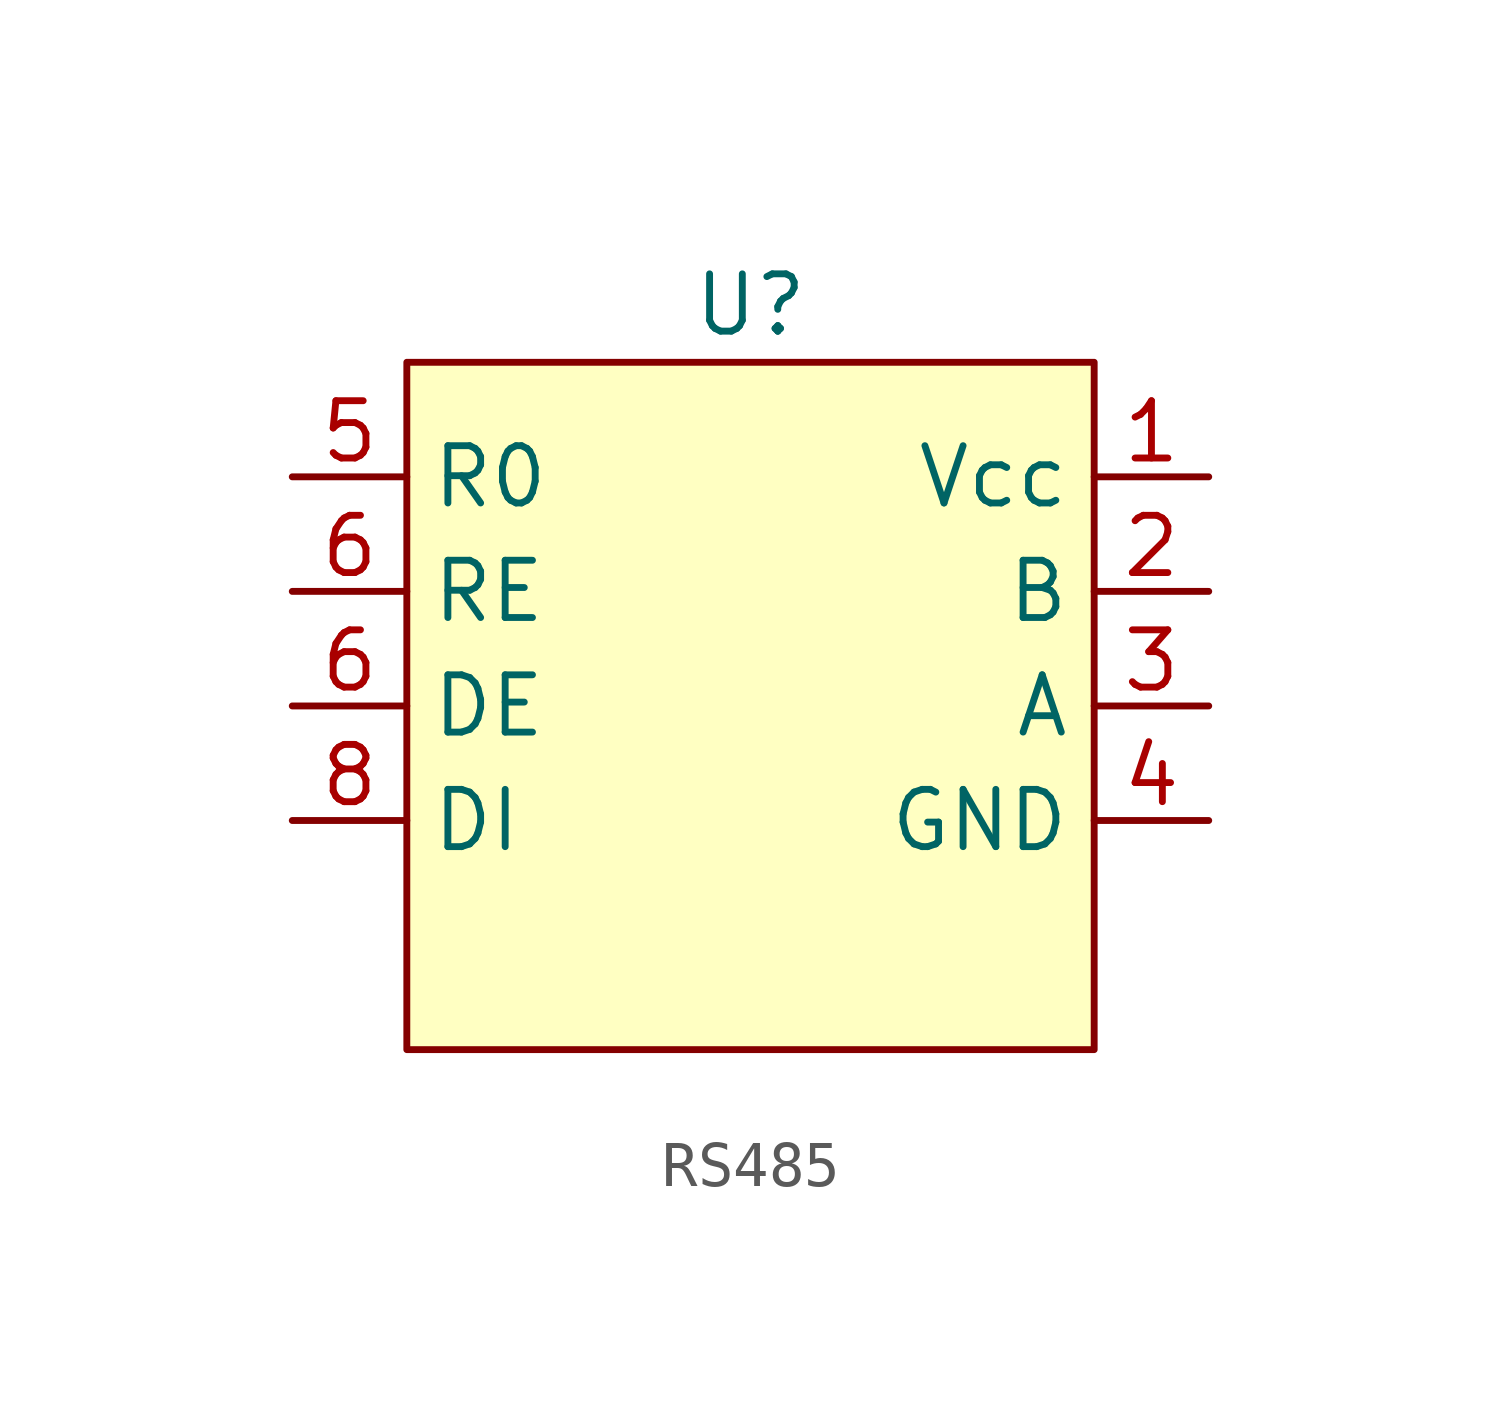
<source format=kicad_sym>
(kicad_symbol_lib
  (version 20231120)
  (generator "kicad_symbol_editor")
  (generator_version "8.0")
  (symbol "RS485"
    (property "Reference" "U"
      (at 0 0 0)
      (effects (font (size 1.27 1.27))))
    (property "Value" ""
      (at 0 0 0)
      (effects (font (size 1.27 1.27))))
    (symbol "RS485_1_1"
      (rectangle (start -7.62 -1.27) (end 7.62 -16.51) (stroke (width 0) (type default)) (fill (type background)))
      (pin power_in line (at 10.16 -3.81 180) (length 2.54) (name "Vcc" (effects (font (size 1.27 1.27)))) (number "1" (effects (font (size 1.27 1.27)))))
      (pin bidirectional line (at 10.16 -6.35 180) (length 2.54) (name "B" (effects (font (size 1.27 1.27)))) (number "2" (effects (font (size 1.27 1.27)))))
      (pin bidirectional line (at 10.16 -8.89 180) (length 2.54) (name "A" (effects (font (size 1.27 1.27)))) (number "3" (effects (font (size 1.27 1.27)))))
      (pin power_in line (at 10.16 -11.43 180) (length 2.54) (name "GND" (effects (font (size 1.27 1.27)))) (number "4" (effects (font (size 1.27 1.27)))))
      (pin output line (at -10.16 -3.81 0) (length 2.54) (name "R0" (effects (font (size 1.27 1.27)))) (number "5" (effects (font (size 1.27 1.27)))))
      (pin input line (at -10.16 -8.89 0) (length 2.54) (name "DE" (effects (font (size 1.27 1.27)))) (number "6" (effects (font (size 1.27 1.27)))))
      (pin input line (at -10.16 -6.35 0) (length 2.54) (name "RE" (effects (font (size 1.27 1.27)))) (number "6" (effects (font (size 1.27 1.27)))))
      (pin input line (at -10.16 -11.43 0) (length 2.54) (name "DI" (effects (font (size 1.27 1.27)))) (number "8" (effects (font (size 1.27 1.27))))))))
</source>
